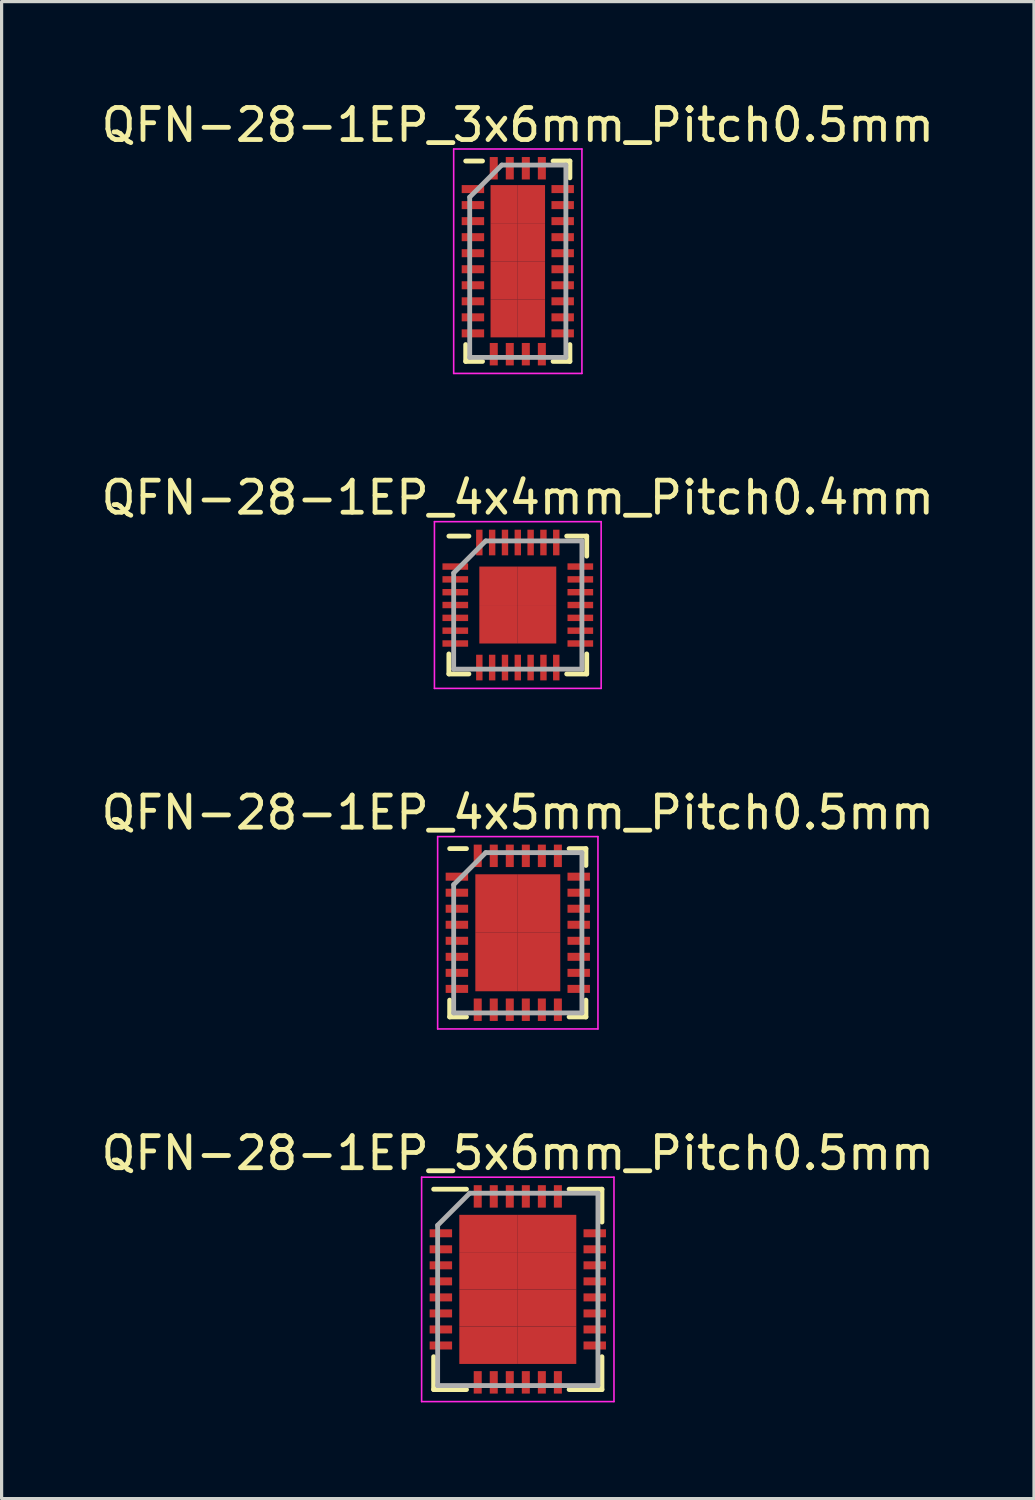
<source format=kicad_pcb>
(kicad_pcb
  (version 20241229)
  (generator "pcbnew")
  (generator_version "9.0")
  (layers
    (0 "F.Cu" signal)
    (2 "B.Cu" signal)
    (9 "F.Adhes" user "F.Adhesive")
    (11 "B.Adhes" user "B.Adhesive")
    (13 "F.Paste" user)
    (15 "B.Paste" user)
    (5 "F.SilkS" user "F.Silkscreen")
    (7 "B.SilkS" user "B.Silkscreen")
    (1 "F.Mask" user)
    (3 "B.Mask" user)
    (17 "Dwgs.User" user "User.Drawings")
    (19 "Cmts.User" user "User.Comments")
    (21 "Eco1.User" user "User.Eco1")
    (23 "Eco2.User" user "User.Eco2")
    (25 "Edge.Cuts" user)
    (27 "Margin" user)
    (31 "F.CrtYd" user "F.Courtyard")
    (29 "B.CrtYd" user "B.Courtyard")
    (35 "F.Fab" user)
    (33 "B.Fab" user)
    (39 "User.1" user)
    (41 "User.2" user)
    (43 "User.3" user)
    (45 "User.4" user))
  (footprint "QFN-28-1EP_4x4mm_Pitch0.4mm"
    (layer "F.Cu")
    (at 13.101 15.822)
    (property "Reference" "QFN-28-1EP_4x4mm_Pitch0.4mm" (at 0 -3.35 0) (layer "F.SilkS") (effects (font (size 1 1) (thickness 0.15))))
    (attr smd)
    (fp_line (start -2.15 -2.15) (end -1.525 -2.15) (stroke (width 0.15) (type solid)) (layer "F.SilkS"))
    (fp_line (start -2.15 2.15) (end -2.15 1.525) (stroke (width 0.15) (type solid)) (layer "F.SilkS"))
    (fp_line (start -2.15 2.15) (end -1.525 2.15) (stroke (width 0.15) (type solid)) (layer "F.SilkS"))
    (fp_line (start 2.15 -2.15) (end 1.525 -2.15) (stroke (width 0.15) (type solid)) (layer "F.SilkS"))
    (fp_line (start 2.15 -2.15) (end 2.15 -1.525) (stroke (width 0.15) (type solid)) (layer "F.SilkS"))
    (fp_line (start 2.15 2.15) (end 1.525 2.15) (stroke (width 0.15) (type solid)) (layer "F.SilkS"))
    (fp_line (start 2.15 2.15) (end 2.15 1.525) (stroke (width 0.15) (type solid)) (layer "F.SilkS"))
    (fp_line (start -2.6 -2.6) (end -2.6 2.6) (stroke (width 0.05) (type solid)) (layer "F.CrtYd"))
    (fp_line (start -2.6 -2.6) (end 2.6 -2.6) (stroke (width 0.05) (type solid)) (layer "F.CrtYd"))
    (fp_line (start -2.6 2.6) (end 2.6 2.6) (stroke (width 0.05) (type solid)) (layer "F.CrtYd"))
    (fp_line (start 2.6 -2.6) (end 2.6 2.6) (stroke (width 0.05) (type solid)) (layer "F.CrtYd"))
    (fp_line (start -2 -1) (end -1 -2) (stroke (width 0.15) (type solid)) (layer "F.Fab"))
    (fp_line (start -2 2) (end -2 -1) (stroke (width 0.15) (type solid)) (layer "F.Fab"))
    (fp_line (start -1 -2) (end 2 -2) (stroke (width 0.15) (type solid)) (layer "F.Fab"))
    (fp_line (start 2 -2) (end 2 2) (stroke (width 0.15) (type solid)) (layer "F.Fab"))
    (fp_line (start 2 2) (end -2 2) (stroke (width 0.15) (type solid)) (layer "F.Fab"))
    (pad "1" smd rect (at -1.95 -1.2) (size 0.8 0.2) (layers "F.Cu" "F.Mask" "F.Paste"))
    (pad "2" smd rect (at -1.95 -0.8) (size 0.8 0.2) (layers "F.Cu" "F.Mask" "F.Paste"))
    (pad "3" smd rect (at -1.95 -0.4) (size 0.8 0.2) (layers "F.Cu" "F.Mask" "F.Paste"))
    (pad "4" smd rect (at -1.95 0) (size 0.8 0.2) (layers "F.Cu" "F.Mask" "F.Paste"))
    (pad "5" smd rect (at -1.95 0.4) (size 0.8 0.2) (layers "F.Cu" "F.Mask" "F.Paste"))
    (pad "6" smd rect (at -1.95 0.8) (size 0.8 0.2) (layers "F.Cu" "F.Mask" "F.Paste"))
    (pad "7" smd rect (at -1.95 1.2) (size 0.8 0.2) (layers "F.Cu" "F.Mask" "F.Paste"))
    (pad "8" smd rect (at -1.2 1.95 90) (size 0.8 0.2) (layers "F.Cu" "F.Mask" "F.Paste"))
    (pad "9" smd rect (at -0.8 1.95 90) (size 0.8 0.2) (layers "F.Cu" "F.Mask" "F.Paste"))
    (pad "10" smd rect (at -0.4 1.95 90) (size 0.8 0.2) (layers "F.Cu" "F.Mask" "F.Paste"))
    (pad "11" smd rect (at 0 1.95 90) (size 0.8 0.2) (layers "F.Cu" "F.Mask" "F.Paste"))
    (pad "12" smd rect (at 0.4 1.95 90) (size 0.8 0.2) (layers "F.Cu" "F.Mask" "F.Paste"))
    (pad "13" smd rect (at 0.8 1.95 90) (size 0.8 0.2) (layers "F.Cu" "F.Mask" "F.Paste"))
    (pad "14" smd rect (at 1.2 1.95 90) (size 0.8 0.2) (layers "F.Cu" "F.Mask" "F.Paste"))
    (pad "15" smd rect (at 1.95 1.2) (size 0.8 0.2) (layers "F.Cu" "F.Mask" "F.Paste"))
    (pad "16" smd rect (at 1.95 0.8) (size 0.8 0.2) (layers "F.Cu" "F.Mask" "F.Paste"))
    (pad "17" smd rect (at 1.95 0.4) (size 0.8 0.2) (layers "F.Cu" "F.Mask" "F.Paste"))
    (pad "18" smd rect (at 1.95 0) (size 0.8 0.2) (layers "F.Cu" "F.Mask" "F.Paste"))
    (pad "19" smd rect (at 1.95 -0.4) (size 0.8 0.2) (layers "F.Cu" "F.Mask" "F.Paste"))
    (pad "20" smd rect (at 1.95 -0.8) (size 0.8 0.2) (layers "F.Cu" "F.Mask" "F.Paste"))
    (pad "21" smd rect (at 1.95 -1.2) (size 0.8 0.2) (layers "F.Cu" "F.Mask" "F.Paste"))
    (pad "22" smd rect (at 1.2 -1.95 90) (size 0.8 0.2) (layers "F.Cu" "F.Mask" "F.Paste"))
    (pad "23" smd rect (at 0.8 -1.95 90) (size 0.8 0.2) (layers "F.Cu" "F.Mask" "F.Paste"))
    (pad "24" smd rect (at 0.4 -1.95 90) (size 0.8 0.2) (layers "F.Cu" "F.Mask" "F.Paste"))
    (pad "25" smd rect (at 0 -1.95 90) (size 0.8 0.2) (layers "F.Cu" "F.Mask" "F.Paste"))
    (pad "26" smd rect (at -0.4 -1.95 90) (size 0.8 0.2) (layers "F.Cu" "F.Mask" "F.Paste"))
    (pad "27" smd rect (at -0.8 -1.95 90) (size 0.8 0.2) (layers "F.Cu" "F.Mask" "F.Paste"))
    (pad "28" smd rect (at -1.2 -1.95 90) (size 0.8 0.2) (layers "F.Cu" "F.Mask" "F.Paste"))
    (pad "29" smd rect (at -0.6 -0.6) (size 1.2 1.2) (layers "F.Cu" "F.Mask" "F.Paste"))
    (pad "29" smd rect (at -0.6 0.6) (size 1.2 1.2) (layers "F.Cu" "F.Mask" "F.Paste"))
    (pad "29" smd rect (at 0.6 -0.6) (size 1.2 1.2) (layers "F.Cu" "F.Mask" "F.Paste"))
    (pad "29" smd rect (at 0.6 0.6) (size 1.2 1.2) (layers "F.Cu" "F.Mask" "F.Paste")))
  (footprint "QFN-28-1EP_3x6mm_Pitch0.5mm"
    (layer "F.Cu")
    (at 13.101 5.098)
    (property "Reference" "QFN-28-1EP_3x6mm_Pitch0.5mm" (at 0 -4.25 0) (layer "F.SilkS") (effects (font (size 1 1) (thickness 0.15))))
    (attr smd)
    (fp_line (start -1.625 -3.125) (end -1.1 -3.125) (stroke (width 0.15) (type solid)) (layer "F.SilkS"))
    (fp_line (start -1.625 3.125) (end -1.625 2.6) (stroke (width 0.15) (type solid)) (layer "F.SilkS"))
    (fp_line (start -1.625 3.125) (end -1.1 3.125) (stroke (width 0.15) (type solid)) (layer "F.SilkS"))
    (fp_line (start 1.625 -3.125) (end 1.1 -3.125) (stroke (width 0.15) (type solid)) (layer "F.SilkS"))
    (fp_line (start 1.625 -3.125) (end 1.625 -2.6) (stroke (width 0.15) (type solid)) (layer "F.SilkS"))
    (fp_line (start 1.625 3.125) (end 1.1 3.125) (stroke (width 0.15) (type solid)) (layer "F.SilkS"))
    (fp_line (start 1.625 3.125) (end 1.625 2.6) (stroke (width 0.15) (type solid)) (layer "F.SilkS"))
    (fp_line (start -2 -3.5) (end -2 3.5) (stroke (width 0.05) (type solid)) (layer "F.CrtYd"))
    (fp_line (start -2 -3.5) (end 2 -3.5) (stroke (width 0.05) (type solid)) (layer "F.CrtYd"))
    (fp_line (start -2 3.5) (end 2 3.5) (stroke (width 0.05) (type solid)) (layer "F.CrtYd"))
    (fp_line (start 2 -3.5) (end 2 3.5) (stroke (width 0.05) (type solid)) (layer "F.CrtYd"))
    (fp_line (start -1.5 -2) (end -0.5 -3) (stroke (width 0.15) (type solid)) (layer "F.Fab"))
    (fp_line (start -1.5 3) (end -1.5 -2) (stroke (width 0.15) (type solid)) (layer "F.Fab"))
    (fp_line (start -0.5 -3) (end 1.5 -3) (stroke (width 0.15) (type solid)) (layer "F.Fab"))
    (fp_line (start 1.5 -3) (end 1.5 3) (stroke (width 0.15) (type solid)) (layer "F.Fab"))
    (fp_line (start 1.5 3) (end -1.5 3) (stroke (width 0.15) (type solid)) (layer "F.Fab"))
    (pad "1" smd rect (at -1.4 -2.25) (size 0.7 0.25) (layers "F.Cu" "F.Mask" "F.Paste"))
    (pad "2" smd rect (at -1.4 -1.75) (size 0.7 0.25) (layers "F.Cu" "F.Mask" "F.Paste"))
    (pad "3" smd rect (at -1.4 -1.25) (size 0.7 0.25) (layers "F.Cu" "F.Mask" "F.Paste"))
    (pad "4" smd rect (at -1.4 -0.75) (size 0.7 0.25) (layers "F.Cu" "F.Mask" "F.Paste"))
    (pad "5" smd rect (at -1.4 -0.25) (size 0.7 0.25) (layers "F.Cu" "F.Mask" "F.Paste"))
    (pad "6" smd rect (at -1.4 0.25) (size 0.7 0.25) (layers "F.Cu" "F.Mask" "F.Paste"))
    (pad "7" smd rect (at -1.4 0.75) (size 0.7 0.25) (layers "F.Cu" "F.Mask" "F.Paste"))
    (pad "8" smd rect (at -1.4 1.25) (size 0.7 0.25) (layers "F.Cu" "F.Mask" "F.Paste"))
    (pad "9" smd rect (at -1.4 1.75) (size 0.7 0.25) (layers "F.Cu" "F.Mask" "F.Paste"))
    (pad "10" smd rect (at -1.4 2.25) (size 0.7 0.25) (layers "F.Cu" "F.Mask" "F.Paste"))
    (pad "11" smd rect (at -0.75 2.9 90) (size 0.7 0.25) (layers "F.Cu" "F.Mask" "F.Paste"))
    (pad "12" smd rect (at -0.25 2.9 90) (size 0.7 0.25) (layers "F.Cu" "F.Mask" "F.Paste"))
    (pad "13" smd rect (at 0.25 2.9 90) (size 0.7 0.25) (layers "F.Cu" "F.Mask" "F.Paste"))
    (pad "14" smd rect (at 0.75 2.9 90) (size 0.7 0.25) (layers "F.Cu" "F.Mask" "F.Paste"))
    (pad "15" smd rect (at 1.4 2.25) (size 0.7 0.25) (layers "F.Cu" "F.Mask" "F.Paste"))
    (pad "16" smd rect (at 1.4 1.75) (size 0.7 0.25) (layers "F.Cu" "F.Mask" "F.Paste"))
    (pad "17" smd rect (at 1.4 1.25) (size 0.7 0.25) (layers "F.Cu" "F.Mask" "F.Paste"))
    (pad "18" smd rect (at 1.4 0.75) (size 0.7 0.25) (layers "F.Cu" "F.Mask" "F.Paste"))
    (pad "19" smd rect (at 1.4 0.25) (size 0.7 0.25) (layers "F.Cu" "F.Mask" "F.Paste"))
    (pad "20" smd rect (at 1.4 -0.25) (size 0.7 0.25) (layers "F.Cu" "F.Mask" "F.Paste"))
    (pad "21" smd rect (at 1.4 -0.75) (size 0.7 0.25) (layers "F.Cu" "F.Mask" "F.Paste"))
    (pad "22" smd rect (at 1.4 -1.25) (size 0.7 0.25) (layers "F.Cu" "F.Mask" "F.Paste"))
    (pad "23" smd rect (at 1.4 -1.75) (size 0.7 0.25) (layers "F.Cu" "F.Mask" "F.Paste"))
    (pad "24" smd rect (at 1.4 -2.25) (size 0.7 0.25) (layers "F.Cu" "F.Mask" "F.Paste"))
    (pad "25" smd rect (at 0.75 -2.9 90) (size 0.7 0.25) (layers "F.Cu" "F.Mask" "F.Paste"))
    (pad "26" smd rect (at 0.25 -2.9 90) (size 0.7 0.25) (layers "F.Cu" "F.Mask" "F.Paste"))
    (pad "27" smd rect (at -0.25 -2.9 90) (size 0.7 0.25) (layers "F.Cu" "F.Mask" "F.Paste"))
    (pad "28" smd rect (at -0.75 -2.9 90) (size 0.7 0.25) (layers "F.Cu" "F.Mask" "F.Paste"))
    (pad "29" smd rect (at -0.425 -1.781) (size 0.85 1.188) (layers "F.Cu" "F.Mask" "F.Paste"))
    (pad "29" smd rect (at -0.425 -0.594) (size 0.85 1.188) (layers "F.Cu" "F.Mask" "F.Paste"))
    (pad "29" smd rect (at -0.425 0.594) (size 0.85 1.188) (layers "F.Cu" "F.Mask" "F.Paste"))
    (pad "29" smd rect (at -0.425 1.781) (size 0.85 1.188) (layers "F.Cu" "F.Mask" "F.Paste"))
    (pad "29" smd rect (at 0.425 -1.781) (size 0.85 1.188) (layers "F.Cu" "F.Mask" "F.Paste"))
    (pad "29" smd rect (at 0.425 -0.594) (size 0.85 1.188) (layers "F.Cu" "F.Mask" "F.Paste"))
    (pad "29" smd rect (at 0.425 0.594) (size 0.85 1.188) (layers "F.Cu" "F.Mask" "F.Paste"))
    (pad "29" smd rect (at 0.425 1.781) (size 0.85 1.188) (layers "F.Cu" "F.Mask" "F.Paste")))
  (footprint "QFN-28-1EP_4x5mm_Pitch0.5mm"
    (layer "F.Cu")
    (at 13.101 26.045)
    (property "Reference" "QFN-28-1EP_4x5mm_Pitch0.5mm" (at 0 -3.75 0) (layer "F.SilkS") (effects (font (size 1 1) (thickness 0.15))))
    (attr smd)
    (fp_line (start -2.125 -2.625) (end -1.6 -2.625) (stroke (width 0.15) (type solid)) (layer "F.SilkS"))
    (fp_line (start -2.125 2.625) (end -2.125 2.1) (stroke (width 0.15) (type solid)) (layer "F.SilkS"))
    (fp_line (start -2.125 2.625) (end -1.6 2.625) (stroke (width 0.15) (type solid)) (layer "F.SilkS"))
    (fp_line (start 2.125 -2.625) (end 1.6 -2.625) (stroke (width 0.15) (type solid)) (layer "F.SilkS"))
    (fp_line (start 2.125 -2.625) (end 2.125 -2.1) (stroke (width 0.15) (type solid)) (layer "F.SilkS"))
    (fp_line (start 2.125 2.625) (end 1.6 2.625) (stroke (width 0.15) (type solid)) (layer "F.SilkS"))
    (fp_line (start 2.125 2.625) (end 2.125 2.1) (stroke (width 0.15) (type solid)) (layer "F.SilkS"))
    (fp_line (start -2.5 -3) (end -2.5 3) (stroke (width 0.05) (type solid)) (layer "F.CrtYd"))
    (fp_line (start -2.5 -3) (end 2.5 -3) (stroke (width 0.05) (type solid)) (layer "F.CrtYd"))
    (fp_line (start -2.5 3) (end 2.5 3) (stroke (width 0.05) (type solid)) (layer "F.CrtYd"))
    (fp_line (start 2.5 -3) (end 2.5 3) (stroke (width 0.05) (type solid)) (layer "F.CrtYd"))
    (fp_line (start -2 -1.5) (end -1 -2.5) (stroke (width 0.15) (type solid)) (layer "F.Fab"))
    (fp_line (start -2 2.5) (end -2 -1.5) (stroke (width 0.15) (type solid)) (layer "F.Fab"))
    (fp_line (start -1 -2.5) (end 2 -2.5) (stroke (width 0.15) (type solid)) (layer "F.Fab"))
    (fp_line (start 2 -2.5) (end 2 2.5) (stroke (width 0.15) (type solid)) (layer "F.Fab"))
    (fp_line (start 2 2.5) (end -2 2.5) (stroke (width 0.15) (type solid)) (layer "F.Fab"))
    (pad "1" smd rect (at -1.9 -1.75) (size 0.7 0.25) (layers "F.Cu" "F.Mask" "F.Paste"))
    (pad "2" smd rect (at -1.9 -1.25) (size 0.7 0.25) (layers "F.Cu" "F.Mask" "F.Paste"))
    (pad "3" smd rect (at -1.9 -0.75) (size 0.7 0.25) (layers "F.Cu" "F.Mask" "F.Paste"))
    (pad "4" smd rect (at -1.9 -0.25) (size 0.7 0.25) (layers "F.Cu" "F.Mask" "F.Paste"))
    (pad "5" smd rect (at -1.9 0.25) (size 0.7 0.25) (layers "F.Cu" "F.Mask" "F.Paste"))
    (pad "6" smd rect (at -1.9 0.75) (size 0.7 0.25) (layers "F.Cu" "F.Mask" "F.Paste"))
    (pad "7" smd rect (at -1.9 1.25) (size 0.7 0.25) (layers "F.Cu" "F.Mask" "F.Paste"))
    (pad "8" smd rect (at -1.9 1.75) (size 0.7 0.25) (layers "F.Cu" "F.Mask" "F.Paste"))
    (pad "9" smd rect (at -1.25 2.4 90) (size 0.7 0.25) (layers "F.Cu" "F.Mask" "F.Paste"))
    (pad "10" smd rect (at -0.75 2.4 90) (size 0.7 0.25) (layers "F.Cu" "F.Mask" "F.Paste"))
    (pad "11" smd rect (at -0.25 2.4 90) (size 0.7 0.25) (layers "F.Cu" "F.Mask" "F.Paste"))
    (pad "12" smd rect (at 0.25 2.4 90) (size 0.7 0.25) (layers "F.Cu" "F.Mask" "F.Paste"))
    (pad "13" smd rect (at 0.75 2.4 90) (size 0.7 0.25) (layers "F.Cu" "F.Mask" "F.Paste"))
    (pad "14" smd rect (at 1.25 2.4 90) (size 0.7 0.25) (layers "F.Cu" "F.Mask" "F.Paste"))
    (pad "15" smd rect (at 1.9 1.75) (size 0.7 0.25) (layers "F.Cu" "F.Mask" "F.Paste"))
    (pad "16" smd rect (at 1.9 1.25) (size 0.7 0.25) (layers "F.Cu" "F.Mask" "F.Paste"))
    (pad "17" smd rect (at 1.9 0.75) (size 0.7 0.25) (layers "F.Cu" "F.Mask" "F.Paste"))
    (pad "18" smd rect (at 1.9 0.25) (size 0.7 0.25) (layers "F.Cu" "F.Mask" "F.Paste"))
    (pad "19" smd rect (at 1.9 -0.25) (size 0.7 0.25) (layers "F.Cu" "F.Mask" "F.Paste"))
    (pad "20" smd rect (at 1.9 -0.75) (size 0.7 0.25) (layers "F.Cu" "F.Mask" "F.Paste"))
    (pad "21" smd rect (at 1.9 -1.25) (size 0.7 0.25) (layers "F.Cu" "F.Mask" "F.Paste"))
    (pad "22" smd rect (at 1.9 -1.75) (size 0.7 0.25) (layers "F.Cu" "F.Mask" "F.Paste"))
    (pad "23" smd rect (at 1.25 -2.4 90) (size 0.7 0.25) (layers "F.Cu" "F.Mask" "F.Paste"))
    (pad "24" smd rect (at 0.75 -2.4 90) (size 0.7 0.25) (layers "F.Cu" "F.Mask" "F.Paste"))
    (pad "25" smd rect (at 0.25 -2.4 90) (size 0.7 0.25) (layers "F.Cu" "F.Mask" "F.Paste"))
    (pad "26" smd rect (at -0.25 -2.4 90) (size 0.7 0.25) (layers "F.Cu" "F.Mask" "F.Paste"))
    (pad "27" smd rect (at -0.75 -2.4 90) (size 0.7 0.25) (layers "F.Cu" "F.Mask" "F.Paste"))
    (pad "28" smd rect (at -1.25 -2.4 90) (size 0.7 0.25) (layers "F.Cu" "F.Mask" "F.Paste"))
    (pad "29" smd rect (at -0.662 -0.912) (size 1.325 1.825) (layers "F.Cu" "F.Mask" "F.Paste"))
    (pad "29" smd rect (at -0.662 0.912) (size 1.325 1.825) (layers "F.Cu" "F.Mask" "F.Paste"))
    (pad "29" smd rect (at 0.662 -0.912) (size 1.325 1.825) (layers "F.Cu" "F.Mask" "F.Paste"))
    (pad "29" smd rect (at 0.662 0.912) (size 1.325 1.825) (layers "F.Cu" "F.Mask" "F.Paste")))
  (footprint "QFN-28-1EP_5x6mm_Pitch0.5mm"
    (layer "F.Cu")
    (at 13.101 37.168)
    (property "Reference" "QFN-28-1EP_5x6mm_Pitch0.5mm" (at 0 -4.25 0) (layer "F.SilkS") (effects (font (size 1 1) (thickness 0.15))))
    (attr smd)
    (fp_line (start -2.625 -3.125) (end -1.6 -3.125) (stroke (width 0.15) (type solid)) (layer "F.SilkS"))
    (fp_line (start -2.625 3.125) (end -2.625 2.1) (stroke (width 0.15) (type solid)) (layer "F.SilkS"))
    (fp_line (start -2.625 3.125) (end -1.6 3.125) (stroke (width 0.15) (type solid)) (layer "F.SilkS"))
    (fp_line (start 2.625 -3.125) (end 1.6 -3.125) (stroke (width 0.15) (type solid)) (layer "F.SilkS"))
    (fp_line (start 2.625 -3.125) (end 2.625 -2.1) (stroke (width 0.15) (type solid)) (layer "F.SilkS"))
    (fp_line (start 2.625 3.125) (end 1.6 3.125) (stroke (width 0.15) (type solid)) (layer "F.SilkS"))
    (fp_line (start 2.625 3.125) (end 2.625 2.1) (stroke (width 0.15) (type solid)) (layer "F.SilkS"))
    (fp_line (start -3 -3.5) (end -3 3.5) (stroke (width 0.05) (type solid)) (layer "F.CrtYd"))
    (fp_line (start -3 -3.5) (end 3 -3.5) (stroke (width 0.05) (type solid)) (layer "F.CrtYd"))
    (fp_line (start -3 3.5) (end 3 3.5) (stroke (width 0.05) (type solid)) (layer "F.CrtYd"))
    (fp_line (start 3 -3.5) (end 3 3.5) (stroke (width 0.05) (type solid)) (layer "F.CrtYd"))
    (fp_line (start -2.5 -2) (end -1.5 -3) (stroke (width 0.15) (type solid)) (layer "F.Fab"))
    (fp_line (start -2.5 3) (end -2.5 -2) (stroke (width 0.15) (type solid)) (layer "F.Fab"))
    (fp_line (start -1.5 -3) (end 2.5 -3) (stroke (width 0.15) (type solid)) (layer "F.Fab"))
    (fp_line (start 2.5 -3) (end 2.5 3) (stroke (width 0.15) (type solid)) (layer "F.Fab"))
    (fp_line (start 2.5 3) (end -2.5 3) (stroke (width 0.15) (type solid)) (layer "F.Fab"))
    (pad "1" smd rect (at -2.4 -1.75) (size 0.7 0.25) (layers "F.Cu" "F.Mask" "F.Paste"))
    (pad "2" smd rect (at -2.4 -1.25) (size 0.7 0.25) (layers "F.Cu" "F.Mask" "F.Paste"))
    (pad "3" smd rect (at -2.4 -0.75) (size 0.7 0.25) (layers "F.Cu" "F.Mask" "F.Paste"))
    (pad "4" smd rect (at -2.4 -0.25) (size 0.7 0.25) (layers "F.Cu" "F.Mask" "F.Paste"))
    (pad "5" smd rect (at -2.4 0.25) (size 0.7 0.25) (layers "F.Cu" "F.Mask" "F.Paste"))
    (pad "6" smd rect (at -2.4 0.75) (size 0.7 0.25) (layers "F.Cu" "F.Mask" "F.Paste"))
    (pad "7" smd rect (at -2.4 1.25) (size 0.7 0.25) (layers "F.Cu" "F.Mask" "F.Paste"))
    (pad "8" smd rect (at -2.4 1.75) (size 0.7 0.25) (layers "F.Cu" "F.Mask" "F.Paste"))
    (pad "9" smd rect (at -1.25 2.9 90) (size 0.7 0.25) (layers "F.Cu" "F.Mask" "F.Paste"))
    (pad "10" smd rect (at -0.75 2.9 90) (size 0.7 0.25) (layers "F.Cu" "F.Mask" "F.Paste"))
    (pad "11" smd rect (at -0.25 2.9 90) (size 0.7 0.25) (layers "F.Cu" "F.Mask" "F.Paste"))
    (pad "12" smd rect (at 0.25 2.9 90) (size 0.7 0.25) (layers "F.Cu" "F.Mask" "F.Paste"))
    (pad "13" smd rect (at 0.75 2.9 90) (size 0.7 0.25) (layers "F.Cu" "F.Mask" "F.Paste"))
    (pad "14" smd rect (at 1.25 2.9 90) (size 0.7 0.25) (layers "F.Cu" "F.Mask" "F.Paste"))
    (pad "15" smd rect (at 2.4 1.75) (size 0.7 0.25) (layers "F.Cu" "F.Mask" "F.Paste"))
    (pad "16" smd rect (at 2.4 1.25) (size 0.7 0.25) (layers "F.Cu" "F.Mask" "F.Paste"))
    (pad "17" smd rect (at 2.4 0.75) (size 0.7 0.25) (layers "F.Cu" "F.Mask" "F.Paste"))
    (pad "18" smd rect (at 2.4 0.25) (size 0.7 0.25) (layers "F.Cu" "F.Mask" "F.Paste"))
    (pad "19" smd rect (at 2.4 -0.25) (size 0.7 0.25) (layers "F.Cu" "F.Mask" "F.Paste"))
    (pad "20" smd rect (at 2.4 -0.75) (size 0.7 0.25) (layers "F.Cu" "F.Mask" "F.Paste"))
    (pad "21" smd rect (at 2.4 -1.25) (size 0.7 0.25) (layers "F.Cu" "F.Mask" "F.Paste"))
    (pad "22" smd rect (at 2.4 -1.75) (size 0.7 0.25) (layers "F.Cu" "F.Mask" "F.Paste"))
    (pad "23" smd rect (at 1.25 -2.9 90) (size 0.7 0.25) (layers "F.Cu" "F.Mask" "F.Paste"))
    (pad "24" smd rect (at 0.75 -2.9 90) (size 0.7 0.25) (layers "F.Cu" "F.Mask" "F.Paste"))
    (pad "25" smd rect (at 0.25 -2.9 90) (size 0.7 0.25) (layers "F.Cu" "F.Mask" "F.Paste"))
    (pad "26" smd rect (at -0.25 -2.9 90) (size 0.7 0.25) (layers "F.Cu" "F.Mask" "F.Paste"))
    (pad "27" smd rect (at -0.75 -2.9 90) (size 0.7 0.25) (layers "F.Cu" "F.Mask" "F.Paste"))
    (pad "28" smd rect (at -1.25 -2.9 90) (size 0.7 0.25) (layers "F.Cu" "F.Mask" "F.Paste"))
    (pad "29" smd rect (at -0.912 -1.744) (size 1.825 1.163) (layers "F.Cu" "F.Mask" "F.Paste"))
    (pad "29" smd rect (at -0.912 -0.581) (size 1.825 1.163) (layers "F.Cu" "F.Mask" "F.Paste"))
    (pad "29" smd rect (at -0.912 0.581) (size 1.825 1.163) (layers "F.Cu" "F.Mask" "F.Paste"))
    (pad "29" smd rect (at -0.912 1.744) (size 1.825 1.163) (layers "F.Cu" "F.Mask" "F.Paste"))
    (pad "29" smd rect (at 0.912 -1.744) (size 1.825 1.163) (layers "F.Cu" "F.Mask" "F.Paste"))
    (pad "29" smd rect (at 0.912 -0.581) (size 1.825 1.163) (layers "F.Cu" "F.Mask" "F.Paste"))
    (pad "29" smd rect (at 0.912 0.581) (size 1.825 1.163) (layers "F.Cu" "F.Mask" "F.Paste"))
    (pad "29" smd rect (at 0.912 1.744) (size 1.825 1.163) (layers "F.Cu" "F.Mask" "F.Paste")))
  (gr_rect
    (start -3 -3)
    (end 29.202 43.693)
    (stroke (width 0.1) (type default))
    (fill no)
    (layer "Edge.Cuts")))
</source>
